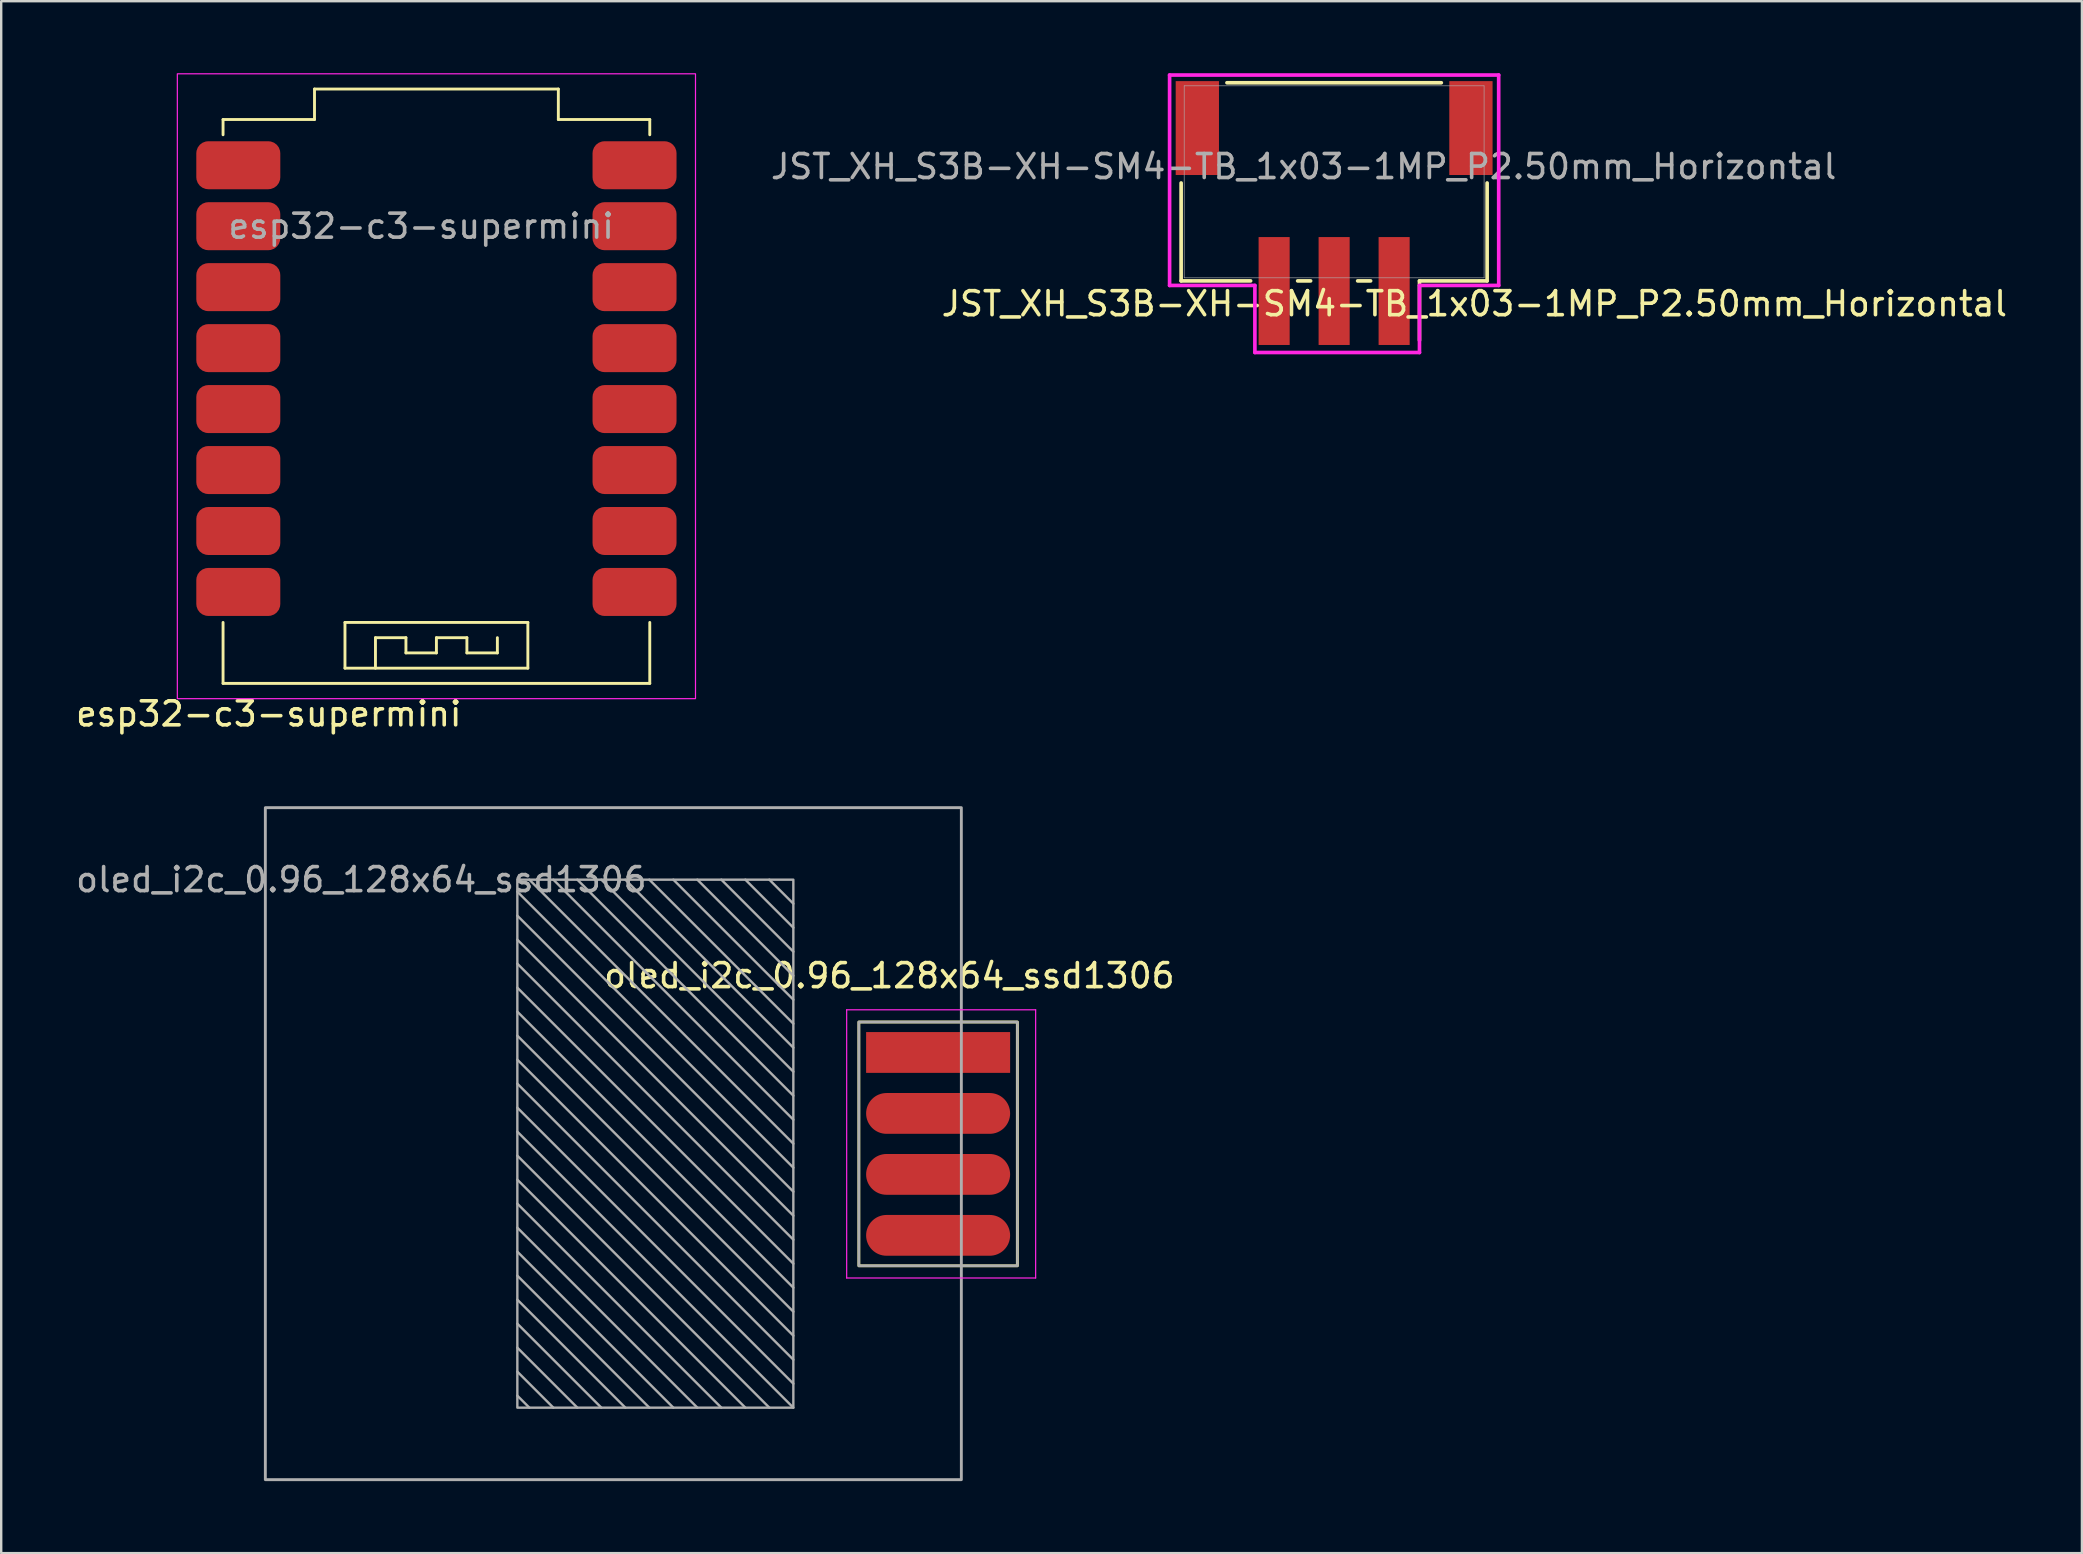
<source format=kicad_pcb>
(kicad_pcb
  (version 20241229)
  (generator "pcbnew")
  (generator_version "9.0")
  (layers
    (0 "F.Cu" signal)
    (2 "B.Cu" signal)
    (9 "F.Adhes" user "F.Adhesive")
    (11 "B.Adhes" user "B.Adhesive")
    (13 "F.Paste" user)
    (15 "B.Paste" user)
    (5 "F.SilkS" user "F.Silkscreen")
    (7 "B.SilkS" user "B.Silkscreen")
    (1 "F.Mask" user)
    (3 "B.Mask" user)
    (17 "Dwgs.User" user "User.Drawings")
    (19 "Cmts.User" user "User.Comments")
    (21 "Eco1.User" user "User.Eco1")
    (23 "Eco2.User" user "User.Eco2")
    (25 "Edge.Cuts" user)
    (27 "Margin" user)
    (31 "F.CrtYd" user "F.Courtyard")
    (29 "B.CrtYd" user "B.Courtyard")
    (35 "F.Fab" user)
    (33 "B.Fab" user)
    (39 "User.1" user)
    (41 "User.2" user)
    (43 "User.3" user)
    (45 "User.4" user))
  (footprint "esp32-c3-supermini"
    (layer "F.Cu")
    (at 6.879 3.835)
    (property "Reference" "esp32-c3-supermini" (at 1.27 22.86 0) (unlocked yes) (layer "F.SilkS") (effects (font (size 1 1) (thickness 0.15))))
    (attr smd)
    (fp_line (start -0.635 -1.905) (end -0.635 -1.27) (stroke (width 0.12) (type solid)) (layer "F.SilkS"))
    (fp_line (start -0.635 -1.905) (end 3.175 -1.905) (stroke (width 0.12) (type solid)) (layer "F.SilkS"))
    (fp_line (start -0.635 21.59) (end -0.635 19.05) (stroke (width 0.12) (type solid)) (layer "F.SilkS"))
    (fp_line (start 3.175 -3.175) (end 13.335 -3.175) (stroke (width 0.12) (type solid)) (layer "F.SilkS"))
    (fp_line (start 3.175 -1.905) (end 3.175 -3.175) (stroke (width 0.12) (type solid)) (layer "F.SilkS"))
    (fp_line (start 4.445 19.05) (end 12.065 19.05) (stroke (width 0.12) (type solid)) (layer "F.SilkS"))
    (fp_line (start 4.445 20.955) (end 4.445 19.05) (stroke (width 0.12) (type solid)) (layer "F.SilkS"))
    (fp_line (start 5.715 19.685) (end 6.985 19.685) (stroke (width 0.12) (type solid)) (layer "F.SilkS"))
    (fp_line (start 5.715 20.955) (end 5.715 19.685) (stroke (width 0.12) (type solid)) (layer "F.SilkS"))
    (fp_line (start 6.985 19.685) (end 6.985 20.32) (stroke (width 0.12) (type solid)) (layer "F.SilkS"))
    (fp_line (start 6.985 20.32) (end 8.255 20.32) (stroke (width 0.12) (type solid)) (layer "F.SilkS"))
    (fp_line (start 8.255 19.685) (end 9.525 19.685) (stroke (width 0.12) (type solid)) (layer "F.SilkS"))
    (fp_line (start 8.255 20.32) (end 8.255 19.685) (stroke (width 0.12) (type solid)) (layer "F.SilkS"))
    (fp_line (start 9.525 19.685) (end 9.525 20.32) (stroke (width 0.12) (type solid)) (layer "F.SilkS"))
    (fp_line (start 9.525 20.32) (end 10.795 20.32) (stroke (width 0.12) (type solid)) (layer "F.SilkS"))
    (fp_line (start 10.795 20.32) (end 10.795 19.685) (stroke (width 0.12) (type solid)) (layer "F.SilkS"))
    (fp_line (start 12.065 19.05) (end 12.065 20.955) (stroke (width 0.12) (type solid)) (layer "F.SilkS"))
    (fp_line (start 12.065 20.955) (end 4.445 20.955) (stroke (width 0.12) (type solid)) (layer "F.SilkS"))
    (fp_line (start 13.335 -3.175) (end 13.335 -1.905) (stroke (width 0.12) (type solid)) (layer "F.SilkS"))
    (fp_line (start 13.335 -1.905) (end 17.145 -1.905) (stroke (width 0.12) (type solid)) (layer "F.SilkS"))
    (fp_line (start 17.145 -1.905) (end 17.145 -1.27) (stroke (width 0.12) (type solid)) (layer "F.SilkS"))
    (fp_line (start 17.145 19.05) (end 17.145 21.59) (stroke (width 0.12) (type solid)) (layer "F.SilkS"))
    (fp_line (start 17.145 21.59) (end -0.635 21.59) (stroke (width 0.12) (type solid)) (layer "F.SilkS"))
    (fp_rect (start -2.54 -3.81) (end 19.05 22.225) (stroke (width 0.05) (type solid)) (fill no) (layer "F.CrtYd"))
    (fp_text user "${REFERENCE}" (at 7.62 2.54 0) (unlocked yes) (layer "F.Fab") (effects (font (size 1 1) (thickness 0.15))))
    (pad "1" smd roundrect (at 0 0) (size 3.5 2) (layers "F.Cu" "F.Mask" "F.Paste") (roundrect_rratio 0.25))
    (pad "2" smd roundrect (at 0 2.54) (size 3.5 2) (layers "F.Cu" "F.Mask" "F.Paste") (roundrect_rratio 0.25))
    (pad "3" smd roundrect (at 0 5.08) (size 3.5 2) (layers "F.Cu" "F.Mask" "F.Paste") (roundrect_rratio 0.25))
    (pad "4" smd roundrect (at 0 7.62) (size 3.5 2) (layers "F.Cu" "F.Mask" "F.Paste") (roundrect_rratio 0.25))
    (pad "5" smd roundrect (at 0 10.16) (size 3.5 2) (layers "F.Cu" "F.Mask" "F.Paste") (roundrect_rratio 0.25))
    (pad "6" smd roundrect (at 0 12.7) (size 3.5 2) (layers "F.Cu" "F.Mask" "F.Paste") (roundrect_rratio 0.25))
    (pad "7" smd roundrect (at 0 15.24) (size 3.5 2) (layers "F.Cu" "F.Mask" "F.Paste") (roundrect_rratio 0.25))
    (pad "8" smd roundrect (at 0 17.78) (size 3.5 2) (layers "F.Cu" "F.Mask" "F.Paste") (roundrect_rratio 0.25))
    (pad "9" smd roundrect (at 16.51 17.78) (size 3.5 2) (layers "F.Cu" "F.Mask" "F.Paste") (roundrect_rratio 0.25))
    (pad "10" smd roundrect (at 16.51 15.24) (size 3.5 2) (layers "F.Cu" "F.Mask" "F.Paste") (roundrect_rratio 0.25))
    (pad "11" smd roundrect (at 16.51 12.7) (size 3.5 2) (layers "F.Cu" "F.Mask" "F.Paste") (roundrect_rratio 0.25))
    (pad "12" smd roundrect (at 16.51 10.16) (size 3.5 2) (layers "F.Cu" "F.Mask" "F.Paste") (roundrect_rratio 0.25))
    (pad "13" smd roundrect (at 16.51 7.62) (size 3.5 2) (layers "F.Cu" "F.Mask" "F.Paste") (roundrect_rratio 0.25))
    (pad "14" smd roundrect (at 16.51 5.08) (size 3.5 2) (layers "F.Cu" "F.Mask" "F.Paste") (roundrect_rratio 0.25))
    (pad "15" smd roundrect (at 16.51 2.54) (size 3.5 2) (layers "F.Cu" "F.Mask" "F.Paste") (roundrect_rratio 0.25))
    (pad "16" smd roundrect (at 16.51 0) (size 3.5 2) (layers "F.Cu" "F.Mask" "F.Paste") (roundrect_rratio 0.25)))
  (footprint "JST_XH_S3B-XH-SM4-TB_1x03-1MP_P2.50mm_Horizontal"
    (layer "F.Cu")
    (at 52.539 4.526)
    (property "Reference" "JST_XH_S3B-XH-SM4-TB_1x03-1MP_P2.50mm_Horizontal" (at 5.842 5.08 0) (unlocked yes) (layer "F.SilkS") (effects (font (size 1 1) (thickness 0.15))))
    (attr smd)
    (fp_line (start -6.375 0.048) (end -6.375 4.128) (stroke (width 0.152) (type solid)) (layer "F.SilkS"))
    (fp_line (start -6.375 4.128) (end -3.48 4.128) (stroke (width 0.152) (type solid)) (layer "F.SilkS"))
    (fp_line (start -1.52 4.128) (end -0.98 4.128) (stroke (width 0.152) (type solid)) (layer "F.SilkS"))
    (fp_line (start 0.98 4.128) (end 1.52 4.128) (stroke (width 0.152) (type solid)) (layer "F.SilkS"))
    (fp_line (start 3.556 4.128) (end 3.556 6.604) (stroke (width 0.152) (type solid)) (layer "F.SilkS"))
    (fp_line (start 3.556 4.128) (end 6.375 4.128) (stroke (width 0.152) (type solid)) (layer "F.SilkS"))
    (fp_line (start 4.466 -4.128) (end -4.466 -4.128) (stroke (width 0.152) (type solid)) (layer "F.SilkS"))
    (fp_line (start 6.375 4.128) (end 6.375 0.048) (stroke (width 0.152) (type solid)) (layer "F.SilkS"))
    (fp_line (start -6.856 -4.45) (end -6.856 4.318) (stroke (width 0.152) (type solid)) (layer "F.CrtYd"))
    (fp_line (start -6.856 4.318) (end -3.302 4.318) (stroke (width 0.152) (type solid)) (layer "F.CrtYd"))
    (fp_line (start -3.302 4.318) (end -3.302 7.112) (stroke (width 0.152) (type solid)) (layer "F.CrtYd"))
    (fp_line (start -3.302 7.112) (end 3.556 7.112) (stroke (width 0.152) (type solid)) (layer "F.CrtYd"))
    (fp_line (start 3.556 4.318) (end 6.858 4.318) (stroke (width 0.152) (type solid)) (layer "F.CrtYd"))
    (fp_line (start 3.556 7.112) (end 3.556 4.318) (stroke (width 0.152) (type solid)) (layer "F.CrtYd"))
    (fp_line (start 6.856 -4.45) (end -6.856 -4.45) (stroke (width 0.152) (type solid)) (layer "F.CrtYd"))
    (fp_line (start 6.858 4.318) (end 6.856 -4.45) (stroke (width 0.152) (type solid)) (layer "F.CrtYd"))
    (fp_line (start -6.248 -4) (end -6.248 4) (stroke (width 0.025) (type solid)) (layer "F.Fab"))
    (fp_line (start -6.248 4) (end 6.248 4) (stroke (width 0.025) (type solid)) (layer "F.Fab"))
    (fp_line (start 6.248 -4) (end -6.248 -4) (stroke (width 0.025) (type solid)) (layer "F.Fab"))
    (fp_line (start 6.248 4) (end 6.248 -4) (stroke (width 0.025) (type solid)) (layer "F.Fab"))
    (fp_text user "${REFERENCE}" (at -1.27 -0.635 0) (unlocked yes) (layer "F.Fab") (effects (font (size 1 1) (thickness 0.15))))
    (pad "1" smd rect (at 2.5 4.55) (size 1.295 4.496) (layers "F.Cu" "F.Mask" "F.Paste"))
    (pad "2" smd rect (at 0 4.55) (size 1.295 4.496) (layers "F.Cu" "F.Mask" "F.Paste"))
    (pad "3" smd rect (at -2.5 4.55) (size 1.295 4.496) (layers "F.Cu" "F.Mask" "F.Paste"))
    (pad "MP" smd rect (at -5.7 -2.24) (size 1.803 3.912) (layers "F.Cu" "F.Mask" "F.Paste"))
    (pad "MP" smd rect (at 5.7 -2.24) (size 1.803 3.912) (layers "F.Cu" "F.Mask" "F.Paste")))
  (footprint "oled_i2c_0.96_128x64_ssd1306"
    (layer "F.Cu")
    (at 36.006 44.603)
    (property "Reference" "oled_i2c_0.96_128x64_ssd1306" (at -2 -7 0) (layer "F.SilkS") (effects (font (size 1 1) (thickness 0.15))))
    (attr through_hole)
    (fp_rect (start -3.27 -5.07) (end 3.334 5.09) (stroke (width 0.12) (type solid)) (fill no) (layer "F.SilkS"))
    (fp_line (start -3.778 -5.578) (end 4.096 -5.578) (stroke (width 0.05) (type solid)) (layer "F.CrtYd"))
    (fp_line (start -3.778 5.598) (end -3.778 -5.578) (stroke (width 0.05) (type solid)) (layer "F.CrtYd"))
    (fp_line (start 4.096 -5.578) (end 4.096 5.598) (stroke (width 0.05) (type solid)) (layer "F.CrtYd"))
    (fp_line (start 4.096 5.598) (end -3.778 5.598) (stroke (width 0.05) (type solid)) (layer "F.CrtYd"))
    (fp_line (start -17.5 -10.5) (end -6 1) (stroke (width 0.1) (type solid)) (layer "F.Fab"))
    (fp_line (start -17.5 -9.5) (end -6 2) (stroke (width 0.1) (type solid)) (layer "F.Fab"))
    (fp_line (start -17.5 -8.5) (end -6 3) (stroke (width 0.1) (type solid)) (layer "F.Fab"))
    (fp_line (start -17.5 -7.5) (end -6 4) (stroke (width 0.1) (type solid)) (layer "F.Fab"))
    (fp_line (start -17.5 -6.5) (end -6 5) (stroke (width 0.1) (type solid)) (layer "F.Fab"))
    (fp_line (start -17.5 -5.5) (end -6 6) (stroke (width 0.1) (type solid)) (layer "F.Fab"))
    (fp_line (start -17.5 -4.5) (end -6 7) (stroke (width 0.1) (type solid)) (layer "F.Fab"))
    (fp_line (start -17.5 -3.5) (end -6 8) (stroke (width 0.1) (type solid)) (layer "F.Fab"))
    (fp_line (start -17.5 -2.5) (end -6 9) (stroke (width 0.1) (type solid)) (layer "F.Fab"))
    (fp_line (start -17.5 -1.5) (end -6 10) (stroke (width 0.1) (type solid)) (layer "F.Fab"))
    (fp_line (start -17.5 -0.5) (end -6 11) (stroke (width 0.1) (type solid)) (layer "F.Fab"))
    (fp_line (start -17.5 0.5) (end -7 11) (stroke (width 0.1) (type solid)) (layer "F.Fab"))
    (fp_line (start -17.5 1.5) (end -8 11) (stroke (width 0.1) (type solid)) (layer "F.Fab"))
    (fp_line (start -17.5 2.5) (end -9 11) (stroke (width 0.1) (type solid)) (layer "F.Fab"))
    (fp_line (start -17.5 3.5) (end -10 11) (stroke (width 0.1) (type solid)) (layer "F.Fab"))
    (fp_line (start -17.5 4.5) (end -11 11) (stroke (width 0.1) (type solid)) (layer "F.Fab"))
    (fp_line (start -17.5 5.5) (end -12 11) (stroke (width 0.1) (type solid)) (layer "F.Fab"))
    (fp_line (start -17.5 6.5) (end -13 11) (stroke (width 0.1) (type solid)) (layer "F.Fab"))
    (fp_line (start -17.5 7.5) (end -14 11) (stroke (width 0.1) (type solid)) (layer "F.Fab"))
    (fp_line (start -17.5 8.5) (end -15 11) (stroke (width 0.1) (type solid)) (layer "F.Fab"))
    (fp_line (start -17.5 9.5) (end -16 11) (stroke (width 0.1) (type solid)) (layer "F.Fab"))
    (fp_line (start -17.5 10.5) (end -17 11) (stroke (width 0.1) (type solid)) (layer "F.Fab"))
    (fp_line (start -17 -11) (end -6 0) (stroke (width 0.1) (type solid)) (layer "F.Fab"))
    (fp_line (start -16 -11) (end -6 -1) (stroke (width 0.1) (type solid)) (layer "F.Fab"))
    (fp_line (start -15 -11) (end -6 -2) (stroke (width 0.1) (type solid)) (layer "F.Fab"))
    (fp_line (start -14 -11) (end -6 -3) (stroke (width 0.1) (type solid)) (layer "F.Fab"))
    (fp_line (start -13 -11) (end -6 -4) (stroke (width 0.1) (type solid)) (layer "F.Fab"))
    (fp_line (start -12 -11) (end -6 -5) (stroke (width 0.1) (type solid)) (layer "F.Fab"))
    (fp_line (start -11 -11) (end -6 -6) (stroke (width 0.1) (type solid)) (layer "F.Fab"))
    (fp_line (start -10 -11) (end -6 -7) (stroke (width 0.1) (type solid)) (layer "F.Fab"))
    (fp_line (start -9 -11) (end -6 -8) (stroke (width 0.1) (type solid)) (layer "F.Fab"))
    (fp_line (start -8 -11) (end -6 -9) (stroke (width 0.1) (type solid)) (layer "F.Fab"))
    (fp_line (start -7 -11) (end -6 -10) (stroke (width 0.1) (type solid)) (layer "F.Fab"))
    (fp_rect (start -17.5 11) (end -6 -11) (stroke (width 0.1) (type solid)) (fill no) (layer "F.Fab"))
    (fp_rect (start -3.27 -5.07) (end 3.334 5.09) (stroke (width 0.1) (type solid)) (fill no) (layer "F.Fab"))
    (fp_rect (start 1 -14) (end -28 14) (stroke (width 0.12) (type solid)) (fill no) (layer "F.Fab"))
    (fp_text user "${REFERENCE}" (at -24 -11 0) (layer "F.Fab") (effects (font (size 1 1) (thickness 0.15))))
    (pad "1" smd rect (at 0.032 -3.8) (size 6 1.7) (layers "F.Cu" "F.Mask" "F.Paste"))
    (pad "2" smd oval (at 0.032 -1.26) (size 6 1.7) (layers "F.Cu" "F.Mask" "F.Paste"))
    (pad "3" smd oval (at 0.032 1.28) (size 6 1.7) (layers "F.Cu" "F.Mask" "F.Paste"))
    (pad "4" smd oval (at 0.032 3.82) (size 6 1.7) (layers "F.Cu" "F.Mask" "F.Paste")))
  (gr_rect
    (start -3 -3)
    (end 83.697 61.663)
    (stroke (width 0.1) (type default))
    (fill no)
    (layer "Edge.Cuts")))
</source>
